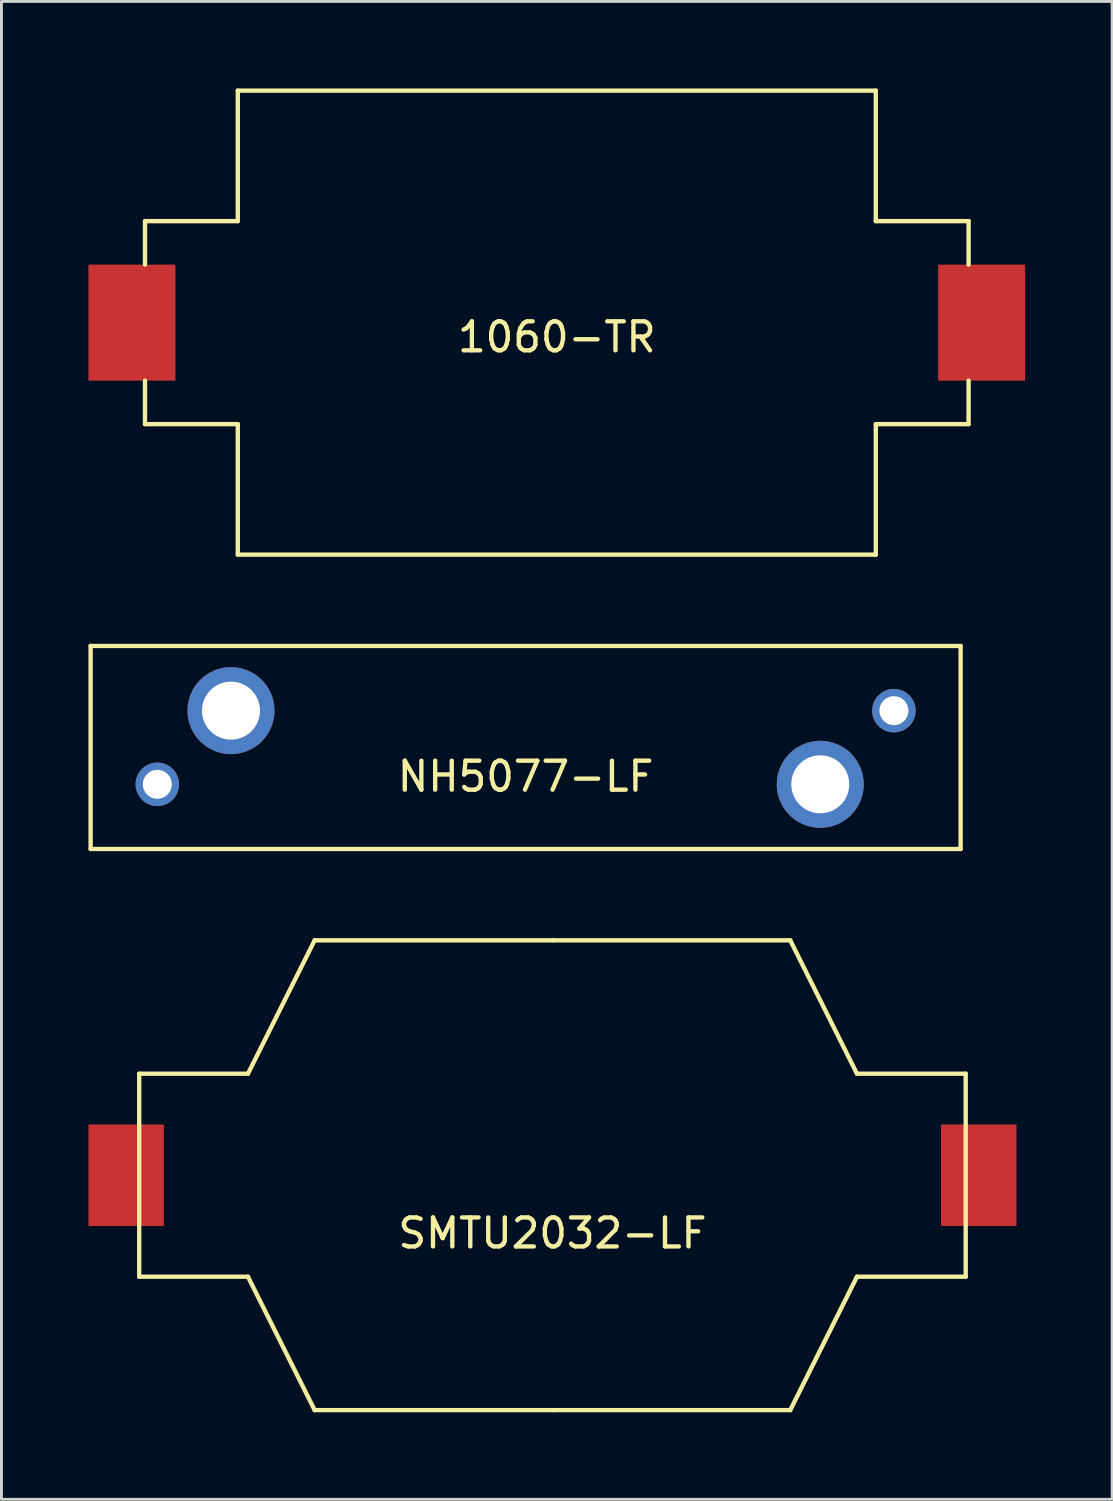
<source format=kicad_pcb>
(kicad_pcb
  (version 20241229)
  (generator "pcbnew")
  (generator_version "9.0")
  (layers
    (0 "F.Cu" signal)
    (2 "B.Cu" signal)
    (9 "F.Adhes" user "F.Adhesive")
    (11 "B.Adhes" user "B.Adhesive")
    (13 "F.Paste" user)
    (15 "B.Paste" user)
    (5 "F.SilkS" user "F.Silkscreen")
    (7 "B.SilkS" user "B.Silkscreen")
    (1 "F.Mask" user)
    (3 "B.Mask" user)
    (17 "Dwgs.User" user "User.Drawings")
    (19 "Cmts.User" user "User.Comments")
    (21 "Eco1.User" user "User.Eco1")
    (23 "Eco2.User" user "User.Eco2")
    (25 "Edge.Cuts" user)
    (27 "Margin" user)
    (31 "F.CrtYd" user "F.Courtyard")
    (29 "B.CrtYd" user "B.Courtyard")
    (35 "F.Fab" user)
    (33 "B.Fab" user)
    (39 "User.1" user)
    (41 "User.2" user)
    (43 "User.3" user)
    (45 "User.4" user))
  (footprint "NH5077-LF"
    (layer "F.Cu")
    (at 15.075 22.725)
    (property "Reference" "NH5077-LF" (at 0 1 0) (layer "F.SilkS") (effects (font (size 1 1) (thickness 0.15))))
    (attr through_hole)
    (fp_line (start -15 -3.5) (end 15 -3.5) (stroke (width 0.15) (type solid)) (layer "F.SilkS"))
    (fp_line (start -15 3.5) (end -15 -3.5) (stroke (width 0.15) (type solid)) (layer "F.SilkS"))
    (fp_line (start 15 -3.5) (end 15 3.5) (stroke (width 0.15) (type solid)) (layer "F.SilkS"))
    (fp_line (start 15 3.5) (end -15 3.5) (stroke (width 0.15) (type solid)) (layer "F.SilkS"))
    (pad "1" thru_hole circle (at -12.7 1.27) (size 1.5 1.5) (drill 1) (layers "*.Cu" "*.Mask"))
    (pad "1" thru_hole circle (at -10.16 -1.27) (size 3 3) (drill 2) (layers "*.Cu" "*.Mask"))
    (pad "2" thru_hole circle (at 10.16 1.27) (size 3 3) (drill 2) (layers "*.Cu" "*.Mask"))
    (pad "2" thru_hole circle (at 12.7 -1.27) (size 1.5 1.5) (drill 1) (layers "*.Cu" "*.Mask")))
  (footprint "1060-TR"
    (layer "F.Cu")
    (at 16.15 8.075)
    (property "Reference" "1060-TR" (at 0 0.5 0) (layer "F.SilkS") (effects (font (size 1 1) (thickness 0.15))))
    (attr through_hole)
    (fp_line (start -14.2 -3.5) (end -11 -3.5) (stroke (width 0.15) (type solid)) (layer "F.SilkS"))
    (fp_line (start -14.2 -2) (end -14.2 -3.5) (stroke (width 0.15) (type solid)) (layer "F.SilkS"))
    (fp_line (start -14.2 3.5) (end -14.2 2) (stroke (width 0.15) (type solid)) (layer "F.SilkS"))
    (fp_line (start -11 -8) (end 11 -8) (stroke (width 0.15) (type solid)) (layer "F.SilkS"))
    (fp_line (start -11 -3.5) (end -11 -8) (stroke (width 0.15) (type solid)) (layer "F.SilkS"))
    (fp_line (start -11 3.5) (end -14.2 3.5) (stroke (width 0.15) (type solid)) (layer "F.SilkS"))
    (fp_line (start -11 8) (end -11 3.5) (stroke (width 0.15) (type solid)) (layer "F.SilkS"))
    (fp_line (start 11 -8) (end 11 -3.5) (stroke (width 0.15) (type solid)) (layer "F.SilkS"))
    (fp_line (start 11 -3.5) (end 14.2 -3.5) (stroke (width 0.15) (type solid)) (layer "F.SilkS"))
    (fp_line (start 11 3.5) (end 11 8) (stroke (width 0.15) (type solid)) (layer "F.SilkS"))
    (fp_line (start 11 8) (end -11 8) (stroke (width 0.15) (type solid)) (layer "F.SilkS"))
    (fp_line (start 14.2 -3.5) (end 14.2 -2) (stroke (width 0.15) (type solid)) (layer "F.SilkS"))
    (fp_line (start 14.2 2) (end 14.2 3.5) (stroke (width 0.15) (type solid)) (layer "F.SilkS"))
    (fp_line (start 14.2 3.5) (end 11 3.5) (stroke (width 0.15) (type solid)) (layer "F.SilkS"))
    (pad "1" smd rect (at 14.65 0) (size 3 4) (layers "F.Cu" "F.Mask" "F.Paste"))
    (pad "2" smd rect (at -14.65 0) (size 3 4) (layers "F.Cu" "F.Mask" "F.Paste")))
  (footprint "SMTU2032-LF"
    (layer "F.Cu")
    (at 16 37.475)
    (property "Reference" "SMTU2032-LF" (at 0 2 0) (layer "F.SilkS") (effects (font (size 1 1) (thickness 0.15))))
    (attr smd)
    (fp_line (start -14.25 -3.5) (end -14.25 3.5) (stroke (width 0.15) (type solid)) (layer "F.SilkS"))
    (fp_line (start -14.25 -3.5) (end -10.5 -3.5) (stroke (width 0.15) (type solid)) (layer "F.SilkS"))
    (fp_line (start -14.25 3.5) (end -10.5 3.5) (stroke (width 0.15) (type solid)) (layer "F.SilkS"))
    (fp_line (start -10.5 3.5) (end -8.2 8.1) (stroke (width 0.15) (type solid)) (layer "F.SilkS"))
    (fp_line (start -8.2 -8.1) (end -10.5 -3.5) (stroke (width 0.15) (type solid)) (layer "F.SilkS"))
    (fp_line (start -8.2 -8.1) (end 0 -8.1) (stroke (width 0.15) (type solid)) (layer "F.SilkS"))
    (fp_line (start -8.2 8.1) (end 0 8.1) (stroke (width 0.15) (type solid)) (layer "F.SilkS"))
    (fp_line (start 0 -8.1) (end 8.2 -8.1) (stroke (width 0.15) (type solid)) (layer "F.SilkS"))
    (fp_line (start 0 8.1) (end 8.2 8.1) (stroke (width 0.15) (type solid)) (layer "F.SilkS"))
    (fp_line (start 8.2 8.1) (end 10.5 3.5) (stroke (width 0.15) (type solid)) (layer "F.SilkS"))
    (fp_line (start 10.5 -3.5) (end 8.2 -8.1) (stroke (width 0.15) (type solid)) (layer "F.SilkS"))
    (fp_line (start 14.25 -3.5) (end 10.5 -3.5) (stroke (width 0.15) (type solid)) (layer "F.SilkS"))
    (fp_line (start 14.25 -3.5) (end 14.25 3.5) (stroke (width 0.15) (type solid)) (layer "F.SilkS"))
    (fp_line (start 14.25 3.5) (end 10.5 3.5) (stroke (width 0.15) (type solid)) (layer "F.SilkS"))
    (pad "1" smd rect (at -14.7 0) (size 2.6 3.5) (layers "F.Cu" "F.Mask" "F.Paste"))
    (pad "2" smd rect (at 14.7 0) (size 2.6 3.5) (layers "F.Cu" "F.Mask" "F.Paste")))
  (gr_rect
    (start -3 -3)
    (end 35.3 48.65)
    (stroke (width 0.1) (type default))
    (fill no)
    (layer "Edge.Cuts")))
</source>
